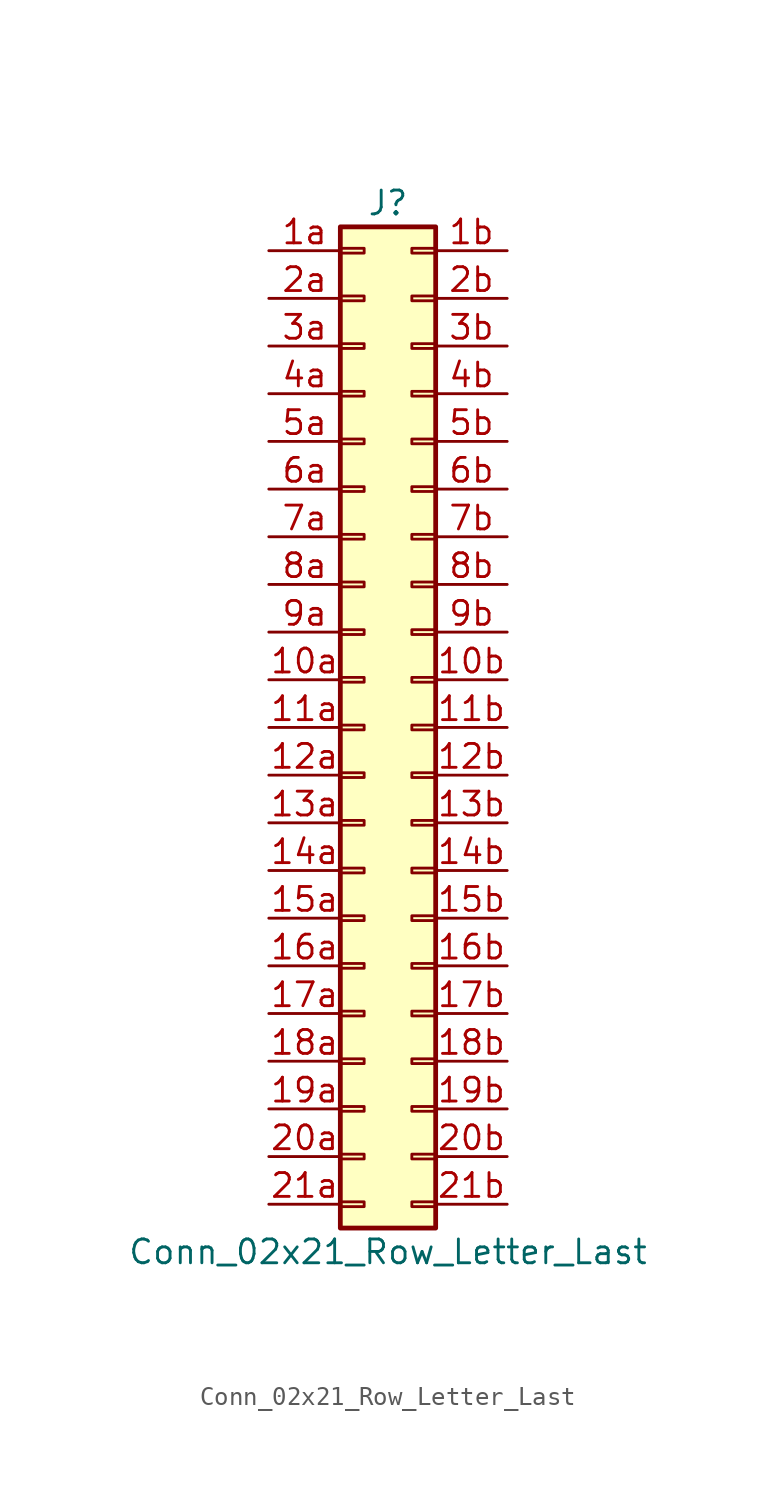
<source format=kicad_sym>
(kicad_symbol_lib
  (version 20220914)
  (generator kicad_symbol_editor)
  (symbol "Conn_02x21_Row_Letter_Last"
    (pin_names
      (offset 1.016) hide)
    (property "Reference" "J"
      (at 1.27 27.94 0)
      (effects (font (size 1.27 1.27))))
    (property "Value" "Conn_02x21_Row_Letter_Last"
      (at 1.27 -27.94 0)
      (effects (font (size 1.27 1.27))))
    (symbol "Conn_02x21_Row_Letter_Last_1_1"
      (rectangle (start -1.27 -25.273) (end 0 -25.527) (stroke (width 0.152) (type solid)) (fill (type none)))
      (rectangle (start -1.27 -22.733) (end 0 -22.987) (stroke (width 0.152) (type solid)) (fill (type none)))
      (rectangle (start -1.27 -20.193) (end 0 -20.447) (stroke (width 0.152) (type solid)) (fill (type none)))
      (rectangle (start -1.27 -17.653) (end 0 -17.907) (stroke (width 0.152) (type solid)) (fill (type none)))
      (rectangle (start -1.27 -15.113) (end 0 -15.367) (stroke (width 0.152) (type solid)) (fill (type none)))
      (rectangle (start -1.27 -12.573) (end 0 -12.827) (stroke (width 0.152) (type solid)) (fill (type none)))
      (rectangle (start -1.27 -10.033) (end 0 -10.287) (stroke (width 0.152) (type solid)) (fill (type none)))
      (rectangle (start -1.27 -7.493) (end 0 -7.747) (stroke (width 0.152) (type solid)) (fill (type none)))
      (rectangle (start -1.27 -4.953) (end 0 -5.207) (stroke (width 0.152) (type solid)) (fill (type none)))
      (rectangle (start -1.27 -2.413) (end 0 -2.667) (stroke (width 0.152) (type solid)) (fill (type none)))
      (rectangle (start -1.27 0.127) (end 0 -0.127) (stroke (width 0.152) (type solid)) (fill (type none)))
      (rectangle (start -1.27 2.667) (end 0 2.413) (stroke (width 0.152) (type solid)) (fill (type none)))
      (rectangle (start -1.27 5.207) (end 0 4.953) (stroke (width 0.152) (type solid)) (fill (type none)))
      (rectangle (start -1.27 7.747) (end 0 7.493) (stroke (width 0.152) (type solid)) (fill (type none)))
      (rectangle (start -1.27 10.287) (end 0 10.033) (stroke (width 0.152) (type solid)) (fill (type none)))
      (rectangle (start -1.27 12.827) (end 0 12.573) (stroke (width 0.152) (type solid)) (fill (type none)))
      (rectangle (start -1.27 15.367) (end 0 15.113) (stroke (width 0.152) (type solid)) (fill (type none)))
      (rectangle (start -1.27 17.907) (end 0 17.653) (stroke (width 0.152) (type solid)) (fill (type none)))
      (rectangle (start -1.27 20.447) (end 0 20.193) (stroke (width 0.152) (type solid)) (fill (type none)))
      (rectangle (start -1.27 22.987) (end 0 22.733) (stroke (width 0.152) (type solid)) (fill (type none)))
      (rectangle (start -1.27 25.527) (end 0 25.273) (stroke (width 0.152) (type solid)) (fill (type none)))
      (rectangle (start -1.27 26.67) (end 3.81 -26.67) (stroke (width 0.254) (type solid)) (fill (type background)))
      (rectangle (start 3.81 -25.273) (end 2.54 -25.527) (stroke (width 0.152) (type solid)) (fill (type none)))
      (rectangle (start 3.81 -22.733) (end 2.54 -22.987) (stroke (width 0.152) (type solid)) (fill (type none)))
      (rectangle (start 3.81 -20.193) (end 2.54 -20.447) (stroke (width 0.152) (type solid)) (fill (type none)))
      (rectangle (start 3.81 -17.653) (end 2.54 -17.907) (stroke (width 0.152) (type solid)) (fill (type none)))
      (rectangle (start 3.81 -15.113) (end 2.54 -15.367) (stroke (width 0.152) (type solid)) (fill (type none)))
      (rectangle (start 3.81 -12.573) (end 2.54 -12.827) (stroke (width 0.152) (type solid)) (fill (type none)))
      (rectangle (start 3.81 -10.033) (end 2.54 -10.287) (stroke (width 0.152) (type solid)) (fill (type none)))
      (rectangle (start 3.81 -7.493) (end 2.54 -7.747) (stroke (width 0.152) (type solid)) (fill (type none)))
      (rectangle (start 3.81 -4.953) (end 2.54 -5.207) (stroke (width 0.152) (type solid)) (fill (type none)))
      (rectangle (start 3.81 -2.413) (end 2.54 -2.667) (stroke (width 0.152) (type solid)) (fill (type none)))
      (rectangle (start 3.81 0.127) (end 2.54 -0.127) (stroke (width 0.152) (type solid)) (fill (type none)))
      (rectangle (start 3.81 2.667) (end 2.54 2.413) (stroke (width 0.152) (type solid)) (fill (type none)))
      (rectangle (start 3.81 5.207) (end 2.54 4.953) (stroke (width 0.152) (type solid)) (fill (type none)))
      (rectangle (start 3.81 7.747) (end 2.54 7.493) (stroke (width 0.152) (type solid)) (fill (type none)))
      (rectangle (start 3.81 10.287) (end 2.54 10.033) (stroke (width 0.152) (type solid)) (fill (type none)))
      (rectangle (start 3.81 12.827) (end 2.54 12.573) (stroke (width 0.152) (type solid)) (fill (type none)))
      (rectangle (start 3.81 15.367) (end 2.54 15.113) (stroke (width 0.152) (type solid)) (fill (type none)))
      (rectangle (start 3.81 17.907) (end 2.54 17.653) (stroke (width 0.152) (type solid)) (fill (type none)))
      (rectangle (start 3.81 20.447) (end 2.54 20.193) (stroke (width 0.152) (type solid)) (fill (type none)))
      (rectangle (start 3.81 22.987) (end 2.54 22.733) (stroke (width 0.152) (type solid)) (fill (type none)))
      (rectangle (start 3.81 25.527) (end 2.54 25.273) (stroke (width 0.152) (type solid)) (fill (type none)))
      (pin passive line (at -5.08 2.54 0) (length 3.81) (name "Pin_10a" (effects (font (size 1.27 1.27)))) (number "10a" (effects (font (size 1.27 1.27)))))
      (pin passive line (at 7.62 2.54 180) (length 3.81) (name "Pin_10b" (effects (font (size 1.27 1.27)))) (number "10b" (effects (font (size 1.27 1.27)))))
      (pin passive line (at -5.08 0 0) (length 3.81) (name "Pin_11a" (effects (font (size 1.27 1.27)))) (number "11a" (effects (font (size 1.27 1.27)))))
      (pin passive line (at 7.62 0 180) (length 3.81) (name "Pin_11b" (effects (font (size 1.27 1.27)))) (number "11b" (effects (font (size 1.27 1.27)))))
      (pin passive line (at -5.08 -2.54 0) (length 3.81) (name "Pin_12a" (effects (font (size 1.27 1.27)))) (number "12a" (effects (font (size 1.27 1.27)))))
      (pin passive line (at 7.62 -2.54 180) (length 3.81) (name "Pin_12b" (effects (font (size 1.27 1.27)))) (number "12b" (effects (font (size 1.27 1.27)))))
      (pin passive line (at -5.08 -5.08 0) (length 3.81) (name "Pin_13a" (effects (font (size 1.27 1.27)))) (number "13a" (effects (font (size 1.27 1.27)))))
      (pin passive line (at 7.62 -5.08 180) (length 3.81) (name "Pin_13b" (effects (font (size 1.27 1.27)))) (number "13b" (effects (font (size 1.27 1.27)))))
      (pin passive line (at -5.08 -7.62 0) (length 3.81) (name "Pin_14a" (effects (font (size 1.27 1.27)))) (number "14a" (effects (font (size 1.27 1.27)))))
      (pin passive line (at 7.62 -7.62 180) (length 3.81) (name "Pin_14b" (effects (font (size 1.27 1.27)))) (number "14b" (effects (font (size 1.27 1.27)))))
      (pin passive line (at -5.08 -10.16 0) (length 3.81) (name "Pin_15a" (effects (font (size 1.27 1.27)))) (number "15a" (effects (font (size 1.27 1.27)))))
      (pin passive line (at 7.62 -10.16 180) (length 3.81) (name "Pin_15b" (effects (font (size 1.27 1.27)))) (number "15b" (effects (font (size 1.27 1.27)))))
      (pin passive line (at -5.08 -12.7 0) (length 3.81) (name "Pin_16a" (effects (font (size 1.27 1.27)))) (number "16a" (effects (font (size 1.27 1.27)))))
      (pin passive line (at 7.62 -12.7 180) (length 3.81) (name "Pin_16b" (effects (font (size 1.27 1.27)))) (number "16b" (effects (font (size 1.27 1.27)))))
      (pin passive line (at -5.08 -15.24 0) (length 3.81) (name "Pin_17a" (effects (font (size 1.27 1.27)))) (number "17a" (effects (font (size 1.27 1.27)))))
      (pin passive line (at 7.62 -15.24 180) (length 3.81) (name "Pin_17b" (effects (font (size 1.27 1.27)))) (number "17b" (effects (font (size 1.27 1.27)))))
      (pin passive line (at -5.08 -17.78 0) (length 3.81) (name "Pin_18a" (effects (font (size 1.27 1.27)))) (number "18a" (effects (font (size 1.27 1.27)))))
      (pin passive line (at 7.62 -17.78 180) (length 3.81) (name "Pin_18b" (effects (font (size 1.27 1.27)))) (number "18b" (effects (font (size 1.27 1.27)))))
      (pin passive line (at -5.08 -20.32 0) (length 3.81) (name "Pin_19a" (effects (font (size 1.27 1.27)))) (number "19a" (effects (font (size 1.27 1.27)))))
      (pin passive line (at 7.62 -20.32 180) (length 3.81) (name "Pin_19b" (effects (font (size 1.27 1.27)))) (number "19b" (effects (font (size 1.27 1.27)))))
      (pin passive line (at -5.08 25.4 0) (length 3.81) (name "Pin_1a" (effects (font (size 1.27 1.27)))) (number "1a" (effects (font (size 1.27 1.27)))))
      (pin passive line (at 7.62 25.4 180) (length 3.81) (name "Pin_1b" (effects (font (size 1.27 1.27)))) (number "1b" (effects (font (size 1.27 1.27)))))
      (pin passive line (at -5.08 -22.86 0) (length 3.81) (name "Pin_20a" (effects (font (size 1.27 1.27)))) (number "20a" (effects (font (size 1.27 1.27)))))
      (pin passive line (at 7.62 -22.86 180) (length 3.81) (name "Pin_20b" (effects (font (size 1.27 1.27)))) (number "20b" (effects (font (size 1.27 1.27)))))
      (pin passive line (at -5.08 -25.4 0) (length 3.81) (name "Pin_21a" (effects (font (size 1.27 1.27)))) (number "21a" (effects (font (size 1.27 1.27)))))
      (pin passive line (at 7.62 -25.4 180) (length 3.81) (name "Pin_21b" (effects (font (size 1.27 1.27)))) (number "21b" (effects (font (size 1.27 1.27)))))
      (pin passive line (at -5.08 22.86 0) (length 3.81) (name "Pin_2a" (effects (font (size 1.27 1.27)))) (number "2a" (effects (font (size 1.27 1.27)))))
      (pin passive line (at 7.62 22.86 180) (length 3.81) (name "Pin_2b" (effects (font (size 1.27 1.27)))) (number "2b" (effects (font (size 1.27 1.27)))))
      (pin passive line (at -5.08 20.32 0) (length 3.81) (name "Pin_3a" (effects (font (size 1.27 1.27)))) (number "3a" (effects (font (size 1.27 1.27)))))
      (pin passive line (at 7.62 20.32 180) (length 3.81) (name "Pin_3b" (effects (font (size 1.27 1.27)))) (number "3b" (effects (font (size 1.27 1.27)))))
      (pin passive line (at -5.08 17.78 0) (length 3.81) (name "Pin_4a" (effects (font (size 1.27 1.27)))) (number "4a" (effects (font (size 1.27 1.27)))))
      (pin passive line (at 7.62 17.78 180) (length 3.81) (name "Pin_4b" (effects (font (size 1.27 1.27)))) (number "4b" (effects (font (size 1.27 1.27)))))
      (pin passive line (at -5.08 15.24 0) (length 3.81) (name "Pin_5a" (effects (font (size 1.27 1.27)))) (number "5a" (effects (font (size 1.27 1.27)))))
      (pin passive line (at 7.62 15.24 180) (length 3.81) (name "Pin_5b" (effects (font (size 1.27 1.27)))) (number "5b" (effects (font (size 1.27 1.27)))))
      (pin passive line (at -5.08 12.7 0) (length 3.81) (name "Pin_6a" (effects (font (size 1.27 1.27)))) (number "6a" (effects (font (size 1.27 1.27)))))
      (pin passive line (at 7.62 12.7 180) (length 3.81) (name "Pin_6b" (effects (font (size 1.27 1.27)))) (number "6b" (effects (font (size 1.27 1.27)))))
      (pin passive line (at -5.08 10.16 0) (length 3.81) (name "Pin_7a" (effects (font (size 1.27 1.27)))) (number "7a" (effects (font (size 1.27 1.27)))))
      (pin passive line (at 7.62 10.16 180) (length 3.81) (name "Pin_7b" (effects (font (size 1.27 1.27)))) (number "7b" (effects (font (size 1.27 1.27)))))
      (pin passive line (at -5.08 7.62 0) (length 3.81) (name "Pin_8a" (effects (font (size 1.27 1.27)))) (number "8a" (effects (font (size 1.27 1.27)))))
      (pin passive line (at 7.62 7.62 180) (length 3.81) (name "Pin_8b" (effects (font (size 1.27 1.27)))) (number "8b" (effects (font (size 1.27 1.27)))))
      (pin passive line (at -5.08 5.08 0) (length 3.81) (name "Pin_9a" (effects (font (size 1.27 1.27)))) (number "9a" (effects (font (size 1.27 1.27)))))
      (pin passive line (at 7.62 5.08 180) (length 3.81) (name "Pin_9b" (effects (font (size 1.27 1.27)))) (number "9b" (effects (font (size 1.27 1.27))))))))
</source>
